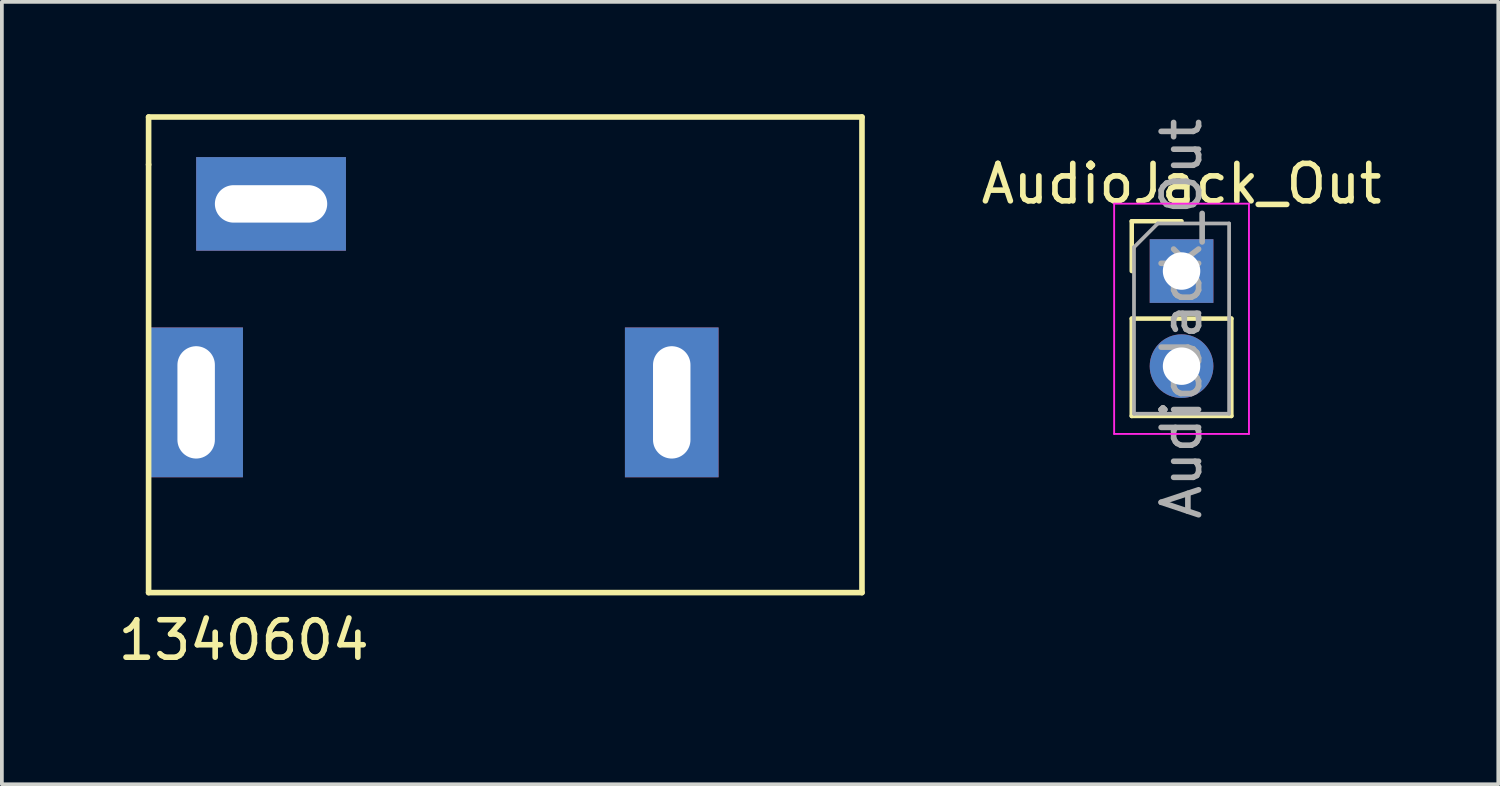
<source format=kicad_pcb>
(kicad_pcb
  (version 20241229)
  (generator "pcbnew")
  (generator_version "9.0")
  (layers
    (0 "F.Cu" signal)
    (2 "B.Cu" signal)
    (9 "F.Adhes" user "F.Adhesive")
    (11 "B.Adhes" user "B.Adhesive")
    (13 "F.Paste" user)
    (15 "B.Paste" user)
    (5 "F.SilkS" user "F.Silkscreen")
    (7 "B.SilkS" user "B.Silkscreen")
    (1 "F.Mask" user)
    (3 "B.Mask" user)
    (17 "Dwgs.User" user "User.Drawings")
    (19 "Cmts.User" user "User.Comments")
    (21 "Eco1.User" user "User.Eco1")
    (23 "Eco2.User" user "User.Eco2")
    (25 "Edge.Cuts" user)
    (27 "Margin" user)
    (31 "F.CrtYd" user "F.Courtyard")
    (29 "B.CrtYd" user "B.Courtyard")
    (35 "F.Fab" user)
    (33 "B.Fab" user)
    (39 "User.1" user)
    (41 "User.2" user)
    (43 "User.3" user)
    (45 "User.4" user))
  (footprint "1340604"
    (layer "F.Cu")
    (at 2.188 7.695)
    (property "Reference" "1340604" (at 1.27 6.35 0) (layer "F.SilkS") (effects (font (size 1 1) (thickness 0.15))))
    (attr through_hole)
    (fp_line (start -1.27 -7.62) (end -1.27 -6.35) (stroke (width 0.15) (type solid)) (layer "F.SilkS"))
    (fp_line (start -1.27 -6.35) (end -1.27 5.08) (stroke (width 0.15) (type solid)) (layer "F.SilkS"))
    (fp_line (start -1.27 5.08) (end 17.78 5.08) (stroke (width 0.15) (type solid)) (layer "F.SilkS"))
    (fp_line (start 17.78 -7.62) (end -1.27 -7.62) (stroke (width 0.15) (type solid)) (layer "F.SilkS"))
    (fp_line (start 17.78 5.08) (end 17.78 -7.62) (stroke (width 0.15) (type solid)) (layer "F.SilkS"))
    (pad "2" thru_hole rect (at 2 -5.3) (size 4 2.5) (drill oval 3 1) (layers "*.Cu" "*.Mask"))
    (pad "S" thru_hole rect (at 12.7 0 90) (size 4 2.5) (drill oval 3 1) (layers "*.Cu" "*.Mask"))
    (pad "T" thru_hole rect (at 0 0 90) (size 4 2.5) (drill oval 3 1) (layers "*.Cu" "*.Mask")))
  (footprint "AudioJack_Out"
    (layer "F.Cu")
    (at 28.502 4.188)
    (property "Reference" "AudioJack_Out" (at 0 -2.33 0) (layer "F.SilkS") (effects (font (size 1 1) (thickness 0.15))))
    (attr through_hole)
    (fp_line (start -1.33 -1.33) (end 0 -1.33) (stroke (width 0.12) (type solid)) (layer "F.SilkS"))
    (fp_line (start -1.33 0) (end -1.33 -1.33) (stroke (width 0.12) (type solid)) (layer "F.SilkS"))
    (fp_line (start -1.33 1.27) (end -1.33 3.87) (stroke (width 0.12) (type solid)) (layer "F.SilkS"))
    (fp_line (start -1.33 1.27) (end 1.33 1.27) (stroke (width 0.12) (type solid)) (layer "F.SilkS"))
    (fp_line (start -1.33 3.87) (end 1.33 3.87) (stroke (width 0.12) (type solid)) (layer "F.SilkS"))
    (fp_line (start 1.33 1.27) (end 1.33 3.87) (stroke (width 0.12) (type solid)) (layer "F.SilkS"))
    (fp_line (start -1.8 -1.8) (end -1.8 4.35) (stroke (width 0.05) (type solid)) (layer "F.CrtYd"))
    (fp_line (start -1.8 4.35) (end 1.8 4.35) (stroke (width 0.05) (type solid)) (layer "F.CrtYd"))
    (fp_line (start 1.8 -1.8) (end -1.8 -1.8) (stroke (width 0.05) (type solid)) (layer "F.CrtYd"))
    (fp_line (start 1.8 4.35) (end 1.8 -1.8) (stroke (width 0.05) (type solid)) (layer "F.CrtYd"))
    (fp_line (start -1.27 -0.635) (end -0.635 -1.27) (stroke (width 0.1) (type solid)) (layer "F.Fab"))
    (fp_line (start -1.27 3.81) (end -1.27 -0.635) (stroke (width 0.1) (type solid)) (layer "F.Fab"))
    (fp_line (start -0.635 -1.27) (end 1.27 -1.27) (stroke (width 0.1) (type solid)) (layer "F.Fab"))
    (fp_line (start 1.27 -1.27) (end 1.27 3.81) (stroke (width 0.1) (type solid)) (layer "F.Fab"))
    (fp_line (start 1.27 3.81) (end -1.27 3.81) (stroke (width 0.1) (type solid)) (layer "F.Fab"))
    (fp_text user "${REFERENCE}" (at 0 1.27 90) (layer "F.Fab") (effects (font (size 1 1) (thickness 0.15))))
    (pad "S" thru_hole rect (at 0 0) (size 1.7 1.7) (drill 1) (layers "*.Cu" "*.Mask"))
    (pad "T" thru_hole oval (at 0 2.54) (size 1.7 1.7) (drill 1) (layers "*.Cu" "*.Mask")))
  (gr_rect
    (start -3 -3)
    (end 36.96 17.893)
    (stroke (width 0.1) (type default))
    (fill no)
    (layer "Edge.Cuts")))
</source>
